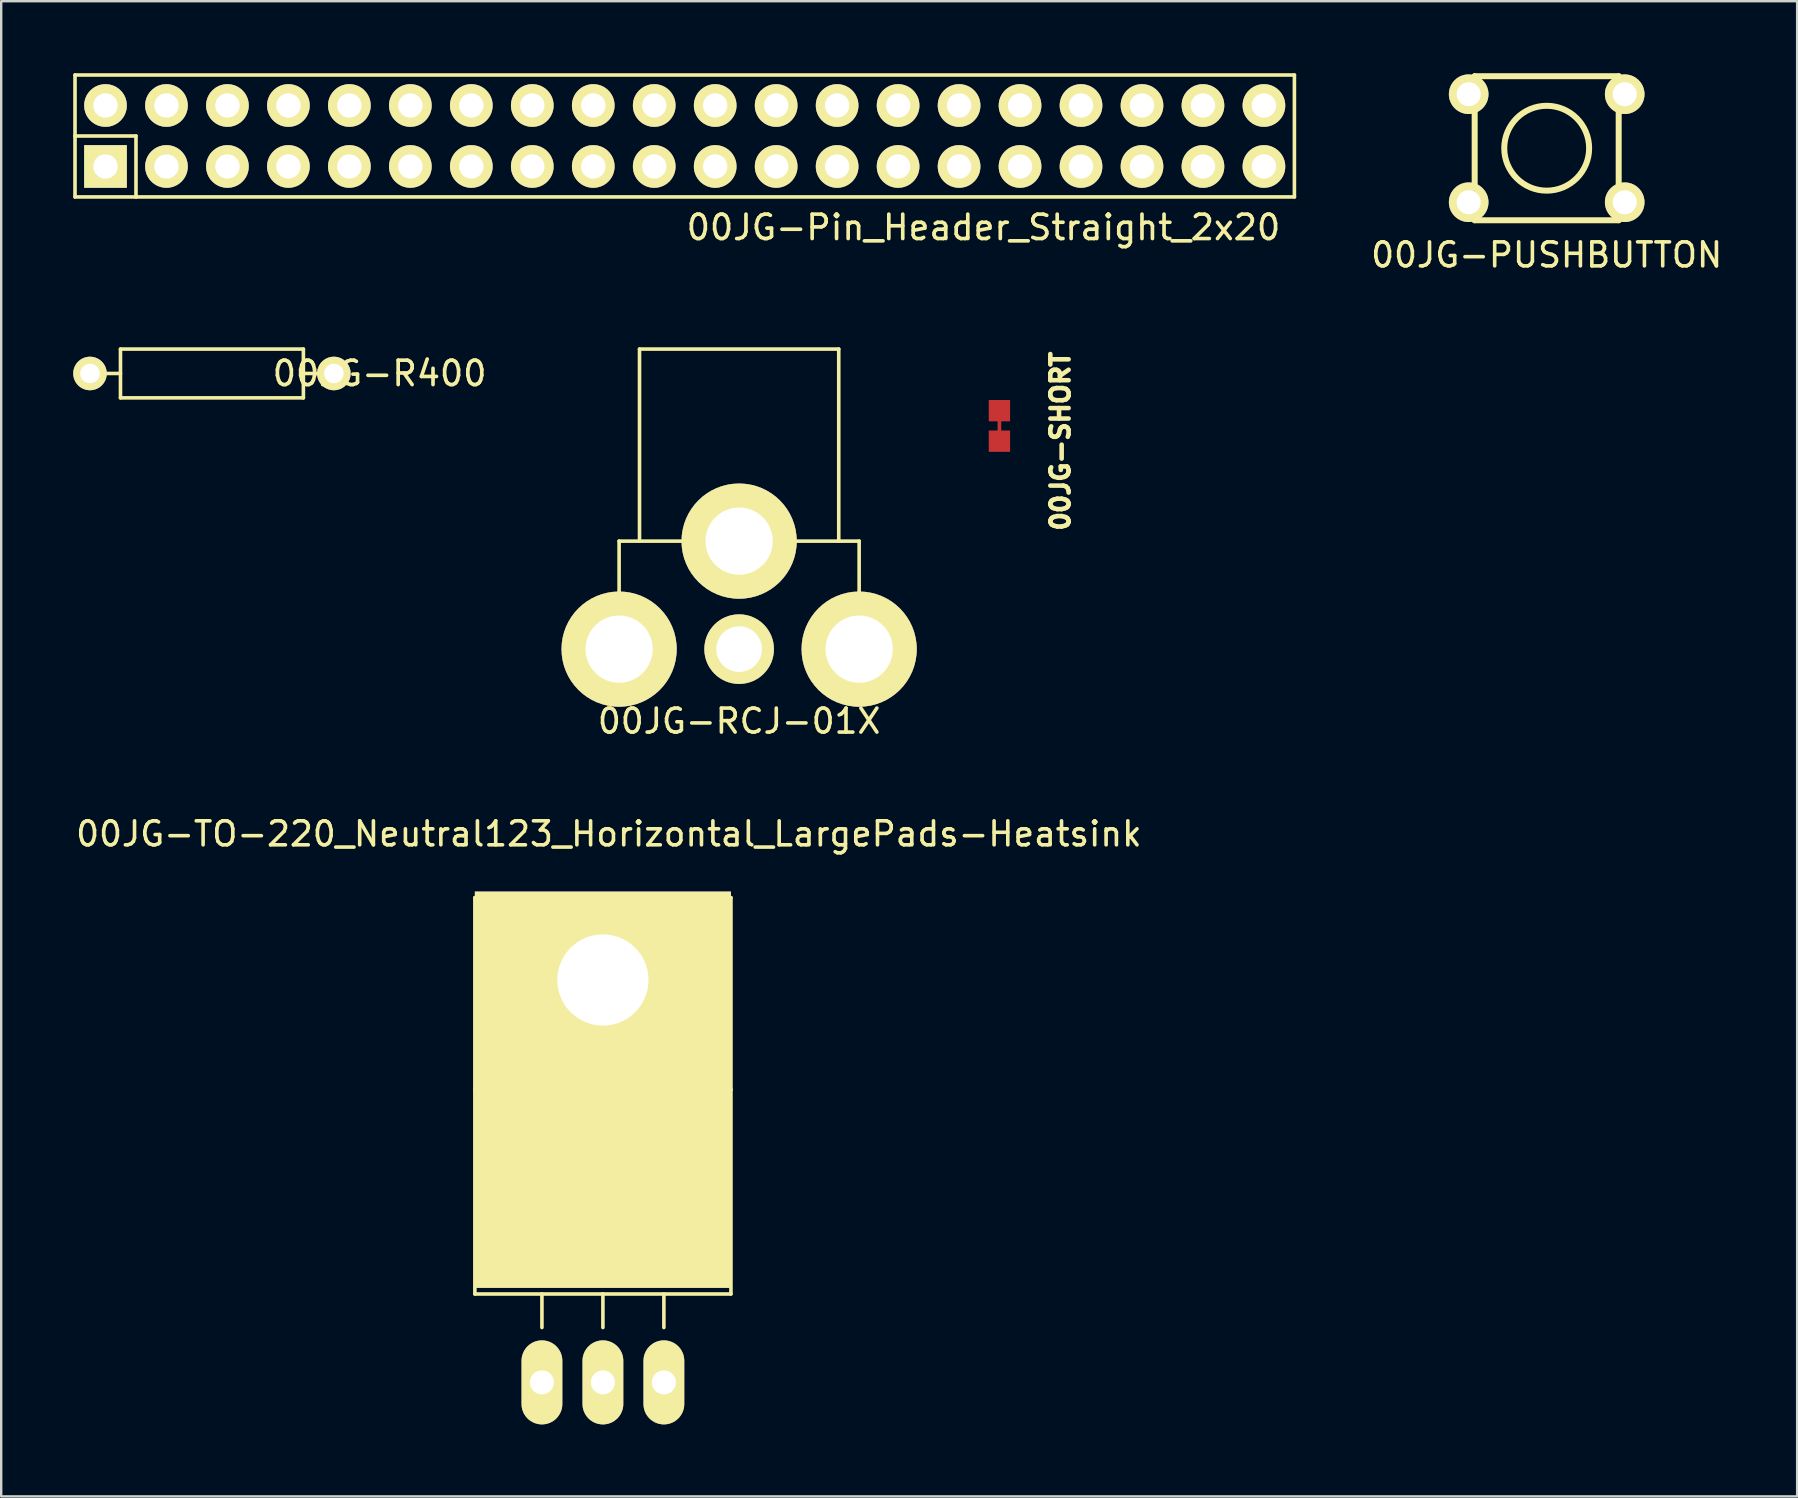
<source format=kicad_pcb>
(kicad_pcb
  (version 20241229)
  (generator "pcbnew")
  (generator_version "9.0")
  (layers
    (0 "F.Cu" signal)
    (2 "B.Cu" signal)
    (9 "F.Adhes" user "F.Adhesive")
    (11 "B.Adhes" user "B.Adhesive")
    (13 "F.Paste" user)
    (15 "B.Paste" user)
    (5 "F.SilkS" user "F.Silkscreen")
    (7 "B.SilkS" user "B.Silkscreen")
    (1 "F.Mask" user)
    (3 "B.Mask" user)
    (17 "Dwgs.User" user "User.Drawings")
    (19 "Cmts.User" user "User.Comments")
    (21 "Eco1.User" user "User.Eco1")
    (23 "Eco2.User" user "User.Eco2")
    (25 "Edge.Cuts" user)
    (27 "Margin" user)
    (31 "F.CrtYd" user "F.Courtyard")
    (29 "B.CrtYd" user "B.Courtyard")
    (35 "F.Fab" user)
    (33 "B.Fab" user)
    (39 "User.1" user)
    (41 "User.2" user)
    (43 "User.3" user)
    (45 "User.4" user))
  (footprint "00JG-Pin_Header_Straight_2x20"
    (layer "F.Cu")
    (at 25.475 2.615)
    (property "Reference" "00JG-Pin_Header_Straight_2x20" (at 12.446 3.81 0) (layer "F.SilkS") (effects (font (size 1.016 1.016) (thickness 0.152))))
    (attr through_hole)
    (fp_line (start -25.4 -2.54) (end -25.4 0) (stroke (width 0.15) (type solid)) (layer "F.SilkS"))
    (fp_line (start -25.4 0) (end -22.86 0) (stroke (width 0.15) (type solid)) (layer "F.SilkS"))
    (fp_line (start -25.4 2.54) (end -25.4 0) (stroke (width 0.15) (type solid)) (layer "F.SilkS"))
    (fp_line (start -25.4 2.54) (end -22.86 2.54) (stroke (width 0.15) (type solid)) (layer "F.SilkS"))
    (fp_line (start -22.86 0) (end -22.86 2.54) (stroke (width 0.15) (type solid)) (layer "F.SilkS"))
    (fp_line (start -22.86 2.54) (end 25.4 2.54) (stroke (width 0.15) (type solid)) (layer "F.SilkS"))
    (fp_line (start 25.4 -2.54) (end -25.4 -2.54) (stroke (width 0.15) (type solid)) (layer "F.SilkS"))
    (fp_line (start 25.4 -2.54) (end 25.4 2.54) (stroke (width 0.15) (type solid)) (layer "F.SilkS"))
    (pad "1" thru_hole rect (at -24.13 1.27) (size 1.778 1.778) (drill 1.016) (layers "*.Cu" "*.Mask" "F.SilkS"))
    (pad "2" thru_hole oval (at -24.13 -1.27) (size 1.778 1.778) (drill 1.016) (layers "*.Cu" "*.Mask" "F.SilkS"))
    (pad "3" thru_hole oval (at -21.59 1.27) (size 1.778 1.778) (drill 1.016) (layers "*.Cu" "*.Mask" "F.SilkS"))
    (pad "4" thru_hole oval (at -21.59 -1.27) (size 1.778 1.778) (drill 1.016) (layers "*.Cu" "*.Mask" "F.SilkS"))
    (pad "5" thru_hole oval (at -19.05 1.27) (size 1.778 1.778) (drill 1.016) (layers "*.Cu" "*.Mask" "F.SilkS"))
    (pad "6" thru_hole oval (at -19.05 -1.27) (size 1.778 1.778) (drill 1.016) (layers "*.Cu" "*.Mask" "F.SilkS"))
    (pad "7" thru_hole oval (at -16.51 1.27) (size 1.778 1.778) (drill 1.016) (layers "*.Cu" "*.Mask" "F.SilkS"))
    (pad "8" thru_hole oval (at -16.51 -1.27) (size 1.778 1.778) (drill 1.016) (layers "*.Cu" "*.Mask" "F.SilkS"))
    (pad "9" thru_hole oval (at -13.97 1.27) (size 1.778 1.778) (drill 1.016) (layers "*.Cu" "*.Mask" "F.SilkS"))
    (pad "10" thru_hole oval (at -13.97 -1.27) (size 1.778 1.778) (drill 1.016) (layers "*.Cu" "*.Mask" "F.SilkS"))
    (pad "11" thru_hole oval (at -11.43 1.27) (size 1.778 1.778) (drill 1.016) (layers "*.Cu" "*.Mask" "F.SilkS"))
    (pad "12" thru_hole oval (at -11.43 -1.27) (size 1.778 1.778) (drill 1.016) (layers "*.Cu" "*.Mask" "F.SilkS"))
    (pad "13" thru_hole oval (at -8.89 1.27) (size 1.778 1.778) (drill 1.016) (layers "*.Cu" "*.Mask" "F.SilkS"))
    (pad "14" thru_hole oval (at -8.89 -1.27) (size 1.778 1.778) (drill 1.016) (layers "*.Cu" "*.Mask" "F.SilkS"))
    (pad "15" thru_hole oval (at -6.35 1.27) (size 1.778 1.778) (drill 1.016) (layers "*.Cu" "*.Mask" "F.SilkS"))
    (pad "16" thru_hole oval (at -6.35 -1.27) (size 1.778 1.778) (drill 1.016) (layers "*.Cu" "*.Mask" "F.SilkS"))
    (pad "17" thru_hole oval (at -3.81 1.27) (size 1.778 1.778) (drill 1.016) (layers "*.Cu" "*.Mask" "F.SilkS"))
    (pad "18" thru_hole oval (at -3.81 -1.27) (size 1.778 1.778) (drill 1.016) (layers "*.Cu" "*.Mask" "F.SilkS"))
    (pad "19" thru_hole oval (at -1.27 1.27) (size 1.778 1.778) (drill 1.016) (layers "*.Cu" "*.Mask" "F.SilkS"))
    (pad "20" thru_hole oval (at -1.27 -1.27) (size 1.778 1.778) (drill 1.016) (layers "*.Cu" "*.Mask" "F.SilkS"))
    (pad "21" thru_hole oval (at 1.27 1.27) (size 1.778 1.778) (drill 1.016) (layers "*.Cu" "*.Mask" "F.SilkS"))
    (pad "22" thru_hole oval (at 1.27 -1.27) (size 1.778 1.778) (drill 1.016) (layers "*.Cu" "*.Mask" "F.SilkS"))
    (pad "23" thru_hole oval (at 3.81 1.27) (size 1.778 1.778) (drill 1.016) (layers "*.Cu" "*.Mask" "F.SilkS"))
    (pad "24" thru_hole oval (at 3.81 -1.27) (size 1.778 1.778) (drill 1.016) (layers "*.Cu" "*.Mask" "F.SilkS"))
    (pad "25" thru_hole oval (at 6.35 1.27) (size 1.778 1.778) (drill 1.016) (layers "*.Cu" "*.Mask" "F.SilkS"))
    (pad "26" thru_hole oval (at 6.35 -1.27) (size 1.778 1.778) (drill 1.016) (layers "*.Cu" "*.Mask" "F.SilkS"))
    (pad "27" thru_hole oval (at 8.89 1.27) (size 1.778 1.778) (drill 1.016) (layers "*.Cu" "*.Mask" "F.SilkS"))
    (pad "28" thru_hole oval (at 8.89 -1.27) (size 1.778 1.778) (drill 1.016) (layers "*.Cu" "*.Mask" "F.SilkS"))
    (pad "29" thru_hole oval (at 11.43 1.27) (size 1.778 1.778) (drill 1.016) (layers "*.Cu" "*.Mask" "F.SilkS"))
    (pad "30" thru_hole oval (at 11.43 -1.27) (size 1.778 1.778) (drill 1.016) (layers "*.Cu" "*.Mask" "F.SilkS"))
    (pad "31" thru_hole oval (at 13.97 1.27) (size 1.778 1.778) (drill 1.016) (layers "*.Cu" "*.Mask" "F.SilkS"))
    (pad "32" thru_hole oval (at 13.97 -1.27) (size 1.778 1.778) (drill 1.016) (layers "*.Cu" "*.Mask" "F.SilkS"))
    (pad "33" thru_hole oval (at 16.51 1.27) (size 1.778 1.778) (drill 1.016) (layers "*.Cu" "*.Mask" "F.SilkS"))
    (pad "34" thru_hole oval (at 16.51 -1.27) (size 1.778 1.778) (drill 1.016) (layers "*.Cu" "*.Mask" "F.SilkS"))
    (pad "35" thru_hole oval (at 19.05 1.27) (size 1.778 1.778) (drill 1.016) (layers "*.Cu" "*.Mask" "F.SilkS"))
    (pad "36" thru_hole oval (at 19.05 -1.27) (size 1.778 1.778) (drill 1.016) (layers "*.Cu" "*.Mask" "F.SilkS"))
    (pad "37" thru_hole oval (at 21.59 1.27) (size 1.778 1.778) (drill 1.016) (layers "*.Cu" "*.Mask" "F.SilkS"))
    (pad "38" thru_hole oval (at 21.59 -1.27) (size 1.778 1.778) (drill 1.016) (layers "*.Cu" "*.Mask" "F.SilkS"))
    (pad "39" thru_hole oval (at 24.13 1.27) (size 1.778 1.778) (drill 1.016) (layers "*.Cu" "*.Mask" "F.SilkS"))
    (pad "40" thru_hole oval (at 24.13 -1.27) (size 1.778 1.778) (drill 1.016) (layers "*.Cu" "*.Mask" "F.SilkS")))
  (footprint "00JG-R400"
    (layer "F.Cu")
    (at 5.779 12.509)
    (property "Reference" "00JG-R400" (at 6.985 0 0) (layer "F.SilkS") (effects (font (size 1.016 1.016) (thickness 0.152))))
    (attr through_hole)
    (fp_line (start -4.445 0) (end -3.81 0) (stroke (width 0.15) (type solid)) (layer "F.SilkS"))
    (fp_line (start -3.81 -1.016) (end -3.81 1.016) (stroke (width 0.15) (type solid)) (layer "F.SilkS"))
    (fp_line (start -3.81 1.016) (end 3.81 1.016) (stroke (width 0.15) (type solid)) (layer "F.SilkS"))
    (fp_line (start 3.81 -1.016) (end -3.81 -1.016) (stroke (width 0.15) (type solid)) (layer "F.SilkS"))
    (fp_line (start 3.81 -1.016) (end 3.81 1.016) (stroke (width 0.15) (type solid)) (layer "F.SilkS"))
    (fp_line (start 4.445 0) (end 3.81 0) (stroke (width 0.15) (type solid)) (layer "F.SilkS"))
    (pad "1" thru_hole circle (at -5.08 0) (size 1.397 1.397) (drill 0.813) (layers "*.Cu" "*.Mask" "F.SilkS"))
    (pad "2" thru_hole circle (at 5.08 0) (size 1.397 1.397) (drill 0.813) (layers "*.Cu" "*.Mask" "F.SilkS")))
  (footprint "00JG-TO-220_Neutral123_Horizontal_LargePads-Heatsink"
    (layer "F.Cu")
    (at 22.067 54.54)
    (property "Reference" "00JG-TO-220_Neutral123_Horizontal_LargePads-Heatsink" (at 0.249 -22.85 0) (layer "F.SilkS") (effects (font (size 1 1) (thickness 0.15))))
    (attr through_hole)
    (fp_line (start -5.334 -20.193) (end -5.334 -12.192) (stroke (width 0.15) (type solid)) (layer "F.SilkS"))
    (fp_line (start -5.334 -12.192) (end -5.334 -3.683) (stroke (width 0.15) (type solid)) (layer "F.SilkS"))
    (fp_line (start -2.54 -3.683) (end -2.54 -2.286) (stroke (width 0.15) (type solid)) (layer "F.SilkS"))
    (fp_line (start 0 -3.683) (end -5.334 -3.683) (stroke (width 0.15) (type solid)) (layer "F.SilkS"))
    (fp_line (start 0 -3.683) (end 0 -2.286) (stroke (width 0.15) (type solid)) (layer "F.SilkS"))
    (fp_line (start 0 -3.683) (end 5.334 -3.683) (stroke (width 0.15) (type solid)) (layer "F.SilkS"))
    (fp_line (start 2.54 -3.683) (end 2.54 -2.286) (stroke (width 0.15) (type solid)) (layer "F.SilkS"))
    (fp_line (start 5.334 -20.193) (end -5.334 -20.193) (stroke (width 0.15) (type solid)) (layer "F.SilkS"))
    (fp_line (start 5.334 -12.192) (end -5.334 -12.192) (stroke (width 0.15) (type solid)) (layer "F.SilkS"))
    (fp_line (start 5.334 -12.192) (end 5.334 -20.193) (stroke (width 0.15) (type solid)) (layer "F.SilkS"))
    (fp_line (start 5.334 -3.683) (end 5.334 -12.192) (stroke (width 0.15) (type solid)) (layer "F.SilkS"))
    (fp_circle (center 0 -16.764) (end 1.778 -14.986) (stroke (width 0.15) (type solid)) (fill no) (layer "F.SilkS"))
    (pad "1" thru_hole oval (at -2.54 0 90) (size 3.5 1.699) (drill 1.001) (layers "*.Cu" "*.Mask" "F.SilkS"))
    (pad "2" thru_hole rect (at 0 -16.764 90) (size 16.51 10.668) (drill 3.8 (offset -4.572 0)) (layers "*.Cu" "*.Mask" "F.SilkS"))
    (pad "2" thru_hole oval (at 0 0 90) (size 3.5 1.699) (drill 1.001) (layers "*.Cu" "*.Mask" "F.SilkS"))
    (pad "3" thru_hole oval (at 2.54 0 90) (size 3.5 1.699) (drill 1.001) (layers "*.Cu" "*.Mask" "F.SilkS")))
  (footprint "00JG-SHORT"
    (layer "F.Cu")
    (at 38.586 14.694)
    (property "Reference" "00JG-SHORT" (at 2.54 0.635 270) (layer "F.SilkS") (effects (font (size 0.762 0.762) (thickness 0.191))))
    (attr through_hole)
    (fp_line (start 0 -0.635) (end 0 0.635) (stroke (width 0.152) (type solid)) (layer "F.Cu"))
    (pad "1" smd rect (at 0 0.635) (size 0.889 0.889) (layers "F.Cu" "F.Mask" "F.Paste"))
    (pad "2" smd rect (at 0 -0.635) (size 0.889 0.889) (layers "F.Cu" "F.Mask" "F.Paste")))
  (footprint "00JG-PUSHBUTTON"
    (layer "F.Cu")
    (at 61.385 3.125)
    (property "Reference" "00JG-PUSHBUTTON" (at 0 4.445 0) (layer "F.SilkS") (effects (font (size 1 1) (thickness 0.15))))
    (attr through_hole)
    (fp_line (start -3 -3) (end 3 -3) (stroke (width 0.25) (type solid)) (layer "F.SilkS"))
    (fp_line (start -3 3) (end -3 -3) (stroke (width 0.25) (type solid)) (layer "F.SilkS"))
    (fp_line (start 3 -3) (end 3 3) (stroke (width 0.25) (type solid)) (layer "F.SilkS"))
    (fp_line (start 3 3) (end -3 3) (stroke (width 0.25) (type solid)) (layer "F.SilkS"))
    (fp_circle (center 0 0) (end 1.25 1.25) (stroke (width 0.25) (type solid)) (fill no) (layer "F.SilkS"))
    (pad "1" thru_hole circle (at -3.25 -2.25) (size 1.65 1.65) (drill 1) (layers "*.Cu" "*.Mask" "F.SilkS"))
    (pad "1" thru_hole circle (at 3.25 -2.25) (size 1.65 1.65) (drill 1) (layers "*.Cu" "*.Mask" "F.SilkS"))
    (pad "2" thru_hole circle (at -3.25 2.25) (size 1.65 1.65) (drill 1) (layers "*.Cu" "*.Mask" "F.SilkS"))
    (pad "2" thru_hole circle (at 3.25 2.25) (size 1.65 1.65) (drill 1) (layers "*.Cu" "*.Mask" "F.SilkS")))
  (footprint "00JG-RCJ-01X"
    (layer "F.Cu")
    (at 27.742 19.493)
    (property "Reference" "00JG-RCJ-01X" (at 0 7.5 0) (layer "F.SilkS") (effects (font (size 1 1) (thickness 0.15))))
    (attr through_hole)
    (fp_line (start -5 0) (end -5 6.5) (stroke (width 0.15) (type solid)) (layer "F.SilkS"))
    (fp_line (start -5 0) (end 5 0) (stroke (width 0.15) (type solid)) (layer "F.SilkS"))
    (fp_line (start -4.15 -8) (end 4.15 -8) (stroke (width 0.15) (type solid)) (layer "F.SilkS"))
    (fp_line (start -4.15 0) (end -4.15 -8) (stroke (width 0.15) (type solid)) (layer "F.SilkS"))
    (fp_line (start 4.15 -8) (end 4.15 0) (stroke (width 0.15) (type solid)) (layer "F.SilkS"))
    (fp_line (start 5 0) (end 5 6.5) (stroke (width 0.15) (type solid)) (layer "F.SilkS"))
    (pad "1" thru_hole circle (at -5 4.5) (size 4.8 4.8) (drill 2.8) (layers "*.Cu" "*.Mask" "F.SilkS"))
    (pad "1" thru_hole circle (at 0 0) (size 4.8 4.8) (drill 2.8) (layers "*.Cu" "*.Mask" "F.SilkS"))
    (pad "1" thru_hole circle (at 5 4.5) (size 4.8 4.8) (drill 2.8) (layers "*.Cu" "*.Mask" "F.SilkS"))
    (pad "2" thru_hole circle (at 0 4.5) (size 2.9 2.9) (drill 1.9) (layers "*.Cu" "*.Mask" "F.SilkS")))
  (gr_rect
    (start -3 -3)
    (end 71.819 59.29)
    (stroke (width 0.1) (type default))
    (fill no)
    (layer "Edge.Cuts")))
</source>
